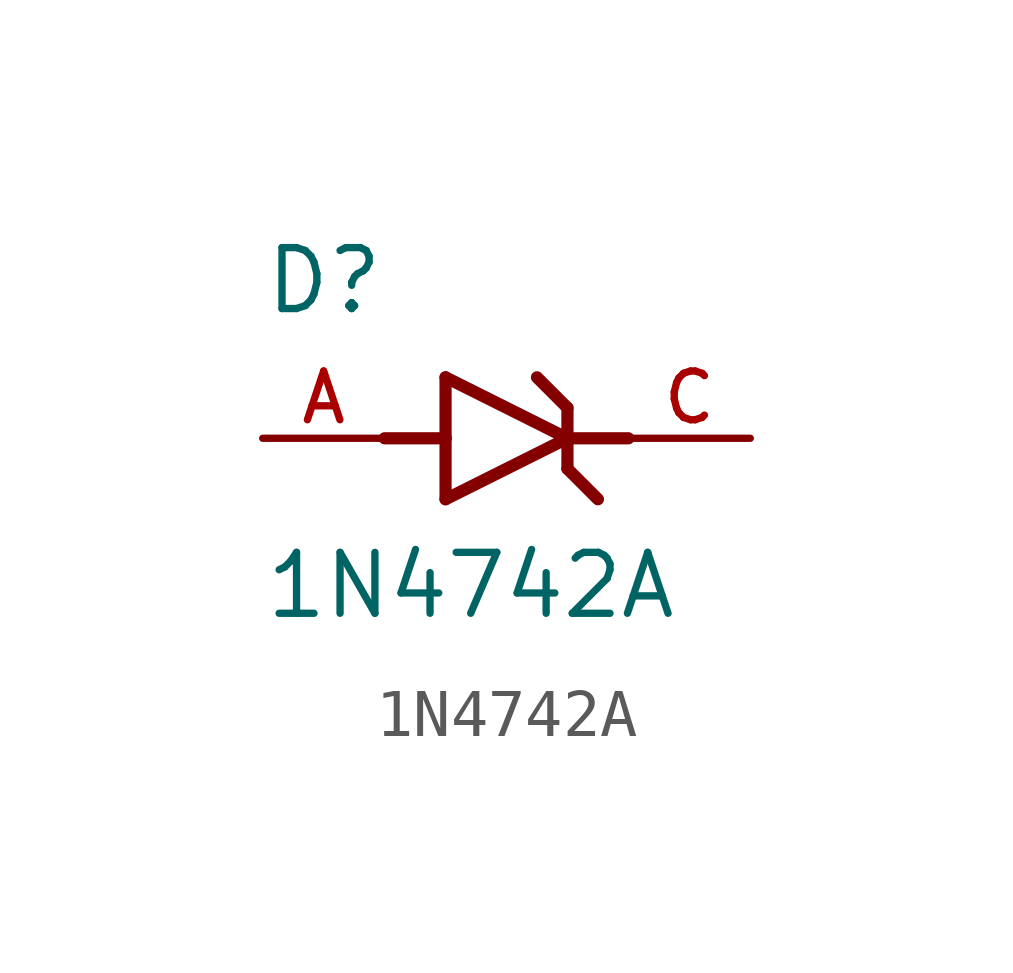
<source format=kicad_sym>
(kicad_symbol_lib
  (version 20211014)
  (generator kicad_symbol_editor)
  (symbol "1N4742A"
    (pin_names
      (offset 1.016))
    (property "Reference" "D"
      (at -5.08 2.54 0)
      (effects (font (size 1.27 1.27)) (justify bottom left)))
    (property "Value" "1N4742A"
      (at -5.08 -3.81 0)
      (effects (font (size 1.27 1.27)) (justify bottom left)))
    (symbol "1N4742A_0_0"
      (polyline (pts (xy -1.27 -1.27) (xy 1.27 0.0)) (stroke (width 0.254)))
      (polyline (pts (xy 1.27 0.0) (xy -1.27 1.27)) (stroke (width 0.254)))
      (polyline (pts (xy 1.27 0.635) (xy 1.27 0.0)) (stroke (width 0.254)))
      (polyline (pts (xy -1.27 1.27) (xy -1.27 0.0)) (stroke (width 0.254)))
      (polyline (pts (xy -1.27 0.0) (xy -1.27 -1.27)) (stroke (width 0.254)))
      (polyline (pts (xy 1.27 0.0) (xy 1.27 -0.635)) (stroke (width 0.254)))
      (polyline (pts (xy -2.54 0.0) (xy -1.27 0.0)) (stroke (width 0.254)))
      (polyline (pts (xy 2.54 0.0) (xy 1.27 0.0)) (stroke (width 0.254)))
      (polyline (pts (xy 0.635 1.27) (xy 1.27 0.635)) (stroke (width 0.254)))
      (polyline (pts (xy 1.27 -0.635) (xy 1.905 -1.27)) (stroke (width 0.254)))
      (pin passive line (at 5.08 0.0 180.0) (length 2.54) (name "~" (effects (font (size 1.016 1.016)))) (number "C" (effects (font (size 1.016 1.016)))))
      (pin passive line (at -5.08 0.0 0) (length 2.54) (name "~" (effects (font (size 1.016 1.016)))) (number "A" (effects (font (size 1.016 1.016))))))))
</source>
